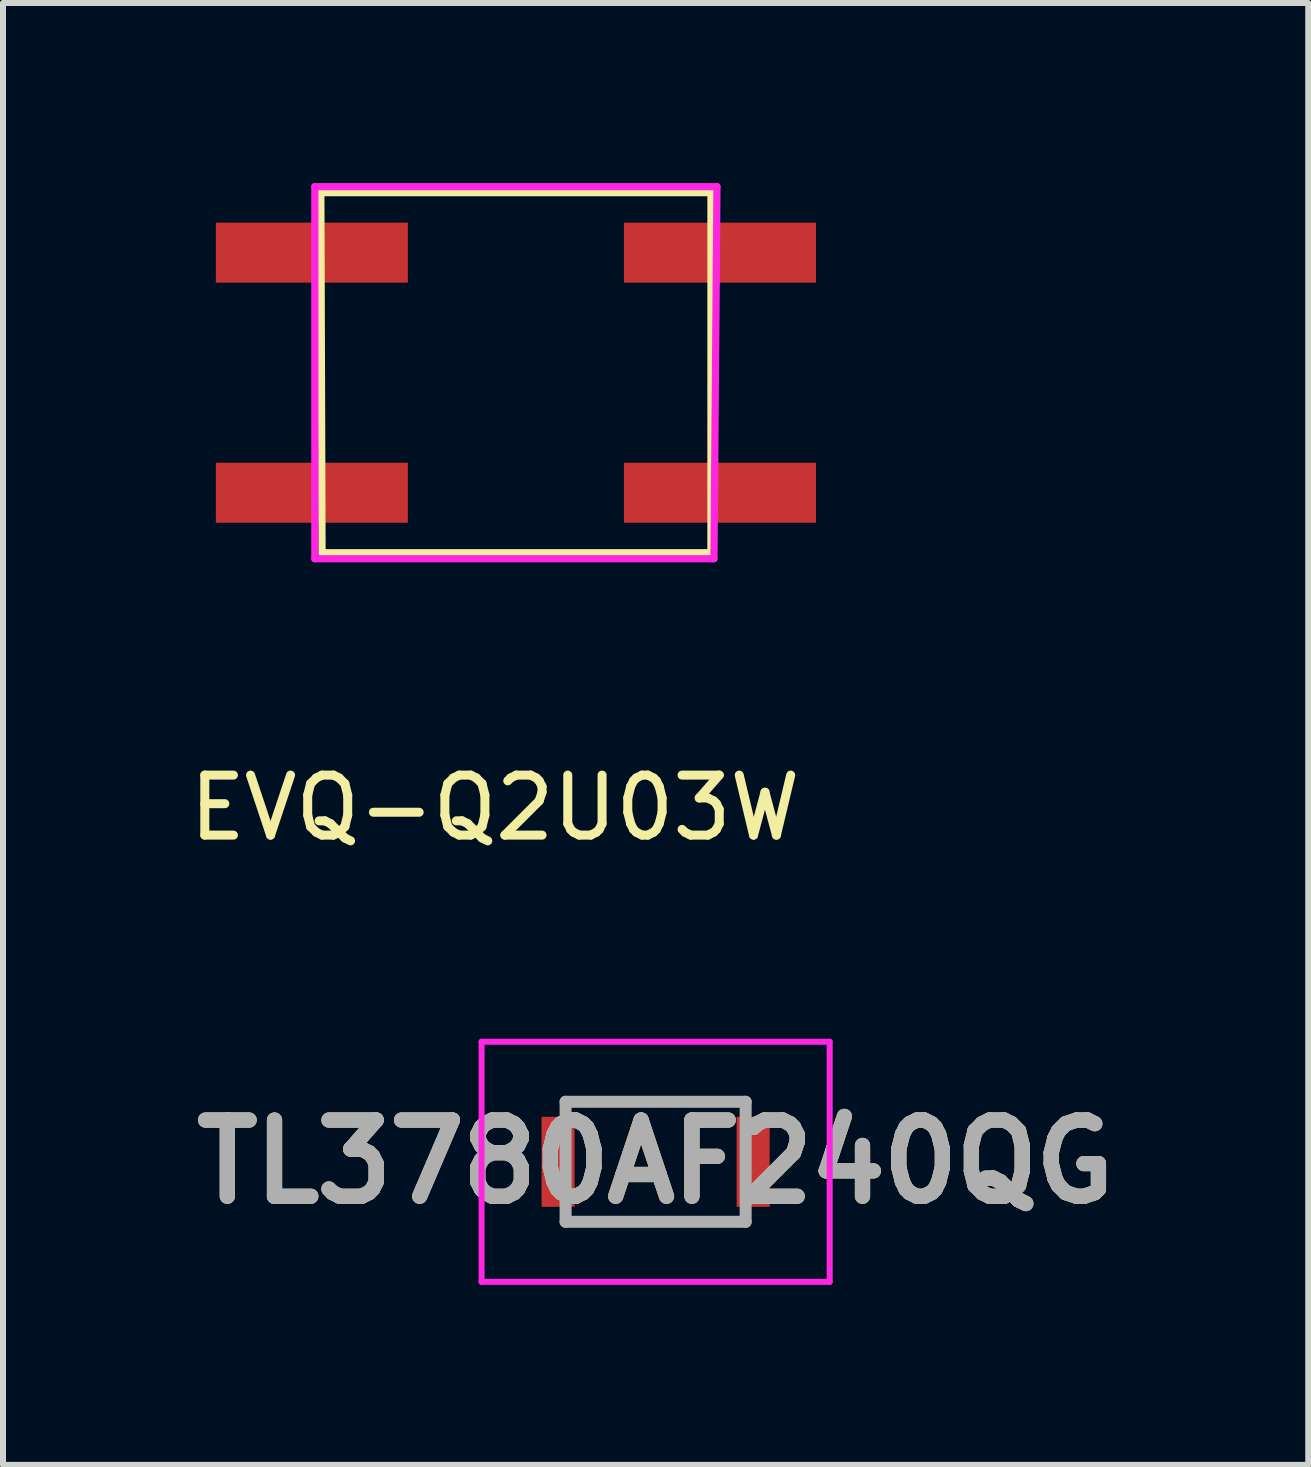
<source format=kicad_pcb>
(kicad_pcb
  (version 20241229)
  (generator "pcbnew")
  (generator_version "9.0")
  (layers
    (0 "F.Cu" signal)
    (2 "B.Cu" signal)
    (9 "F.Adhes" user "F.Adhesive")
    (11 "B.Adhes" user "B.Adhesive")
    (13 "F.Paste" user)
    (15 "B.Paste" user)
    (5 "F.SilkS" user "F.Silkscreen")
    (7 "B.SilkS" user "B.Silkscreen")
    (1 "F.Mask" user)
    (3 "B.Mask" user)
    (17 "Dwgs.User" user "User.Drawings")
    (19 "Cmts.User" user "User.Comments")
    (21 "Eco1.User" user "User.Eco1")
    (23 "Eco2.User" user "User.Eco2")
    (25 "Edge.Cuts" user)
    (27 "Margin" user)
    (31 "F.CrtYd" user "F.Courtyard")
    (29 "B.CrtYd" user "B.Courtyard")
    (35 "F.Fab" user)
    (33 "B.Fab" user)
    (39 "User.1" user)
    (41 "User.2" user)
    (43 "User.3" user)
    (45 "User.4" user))
  (footprint "EVQ-Q2U03W"
    (layer "F.Cu")
    (at 5.546 3.16)
    (property "Reference" "EVQ-Q2U03W" (at -0.35 7.25 0) (layer "F.SilkS") (effects (font (size 1 1) (thickness 0.15))))
    (attr through_hole)
    (fp_line (start -3.25 -3) (end 3.25 -3) (stroke (width 0.12) (type solid)) (layer "F.SilkS"))
    (fp_line (start -3.23 3) (end -3.25 -3) (stroke (width 0.12) (type solid)) (layer "F.SilkS"))
    (fp_line (start 3.25 -3) (end 3.25 3) (stroke (width 0.12) (type solid)) (layer "F.SilkS"))
    (fp_line (start 3.25 3) (end -3.23 3) (stroke (width 0.12) (type solid)) (layer "F.SilkS"))
    (fp_line (start -3.35 -3.1) (end 3.35 -3.1) (stroke (width 0.12) (type solid)) (layer "F.CrtYd"))
    (fp_line (start -3.35 3.1) (end -3.35 -3.1) (stroke (width 0.12) (type solid)) (layer "F.CrtYd"))
    (fp_line (start 3.3 3.1) (end -3.35 3.1) (stroke (width 0.12) (type solid)) (layer "F.CrtYd"))
    (fp_line (start 3.35 -3.1) (end 3.3 3.1) (stroke (width 0.12) (type solid)) (layer "F.CrtYd"))
    (pad "1" smd rect (at -3.4 -2) (size 3.2 1) (layers "F.Cu" "F.Mask" "F.Paste"))
    (pad "1" smd rect (at 3.4 -2) (size 3.2 1) (layers "F.Cu" "F.Mask" "F.Paste"))
    (pad "2" smd rect (at -3.4 2) (size 3.2 1) (layers "F.Cu" "F.Mask" "F.Paste"))
    (pad "2" smd rect (at 3.4 2) (size 3.2 1) (layers "F.Cu" "F.Mask" "F.Paste")))
  (footprint "TL3780AF240QG"
    (layer "F.Cu")
    (at 7.874 16.308)
    (property "Reference" "TL3780AF240QG" (at 0 0 0) (layer "F.SilkS") (effects (font (size 1.27 1.27) (thickness 0.254))))
    (attr smd)
    (fp_line (start -1.5 -1) (end 1.5 -1) (stroke (width 0.1) (type solid)) (layer "F.SilkS"))
    (fp_line (start -1.5 1) (end 1.5 1) (stroke (width 0.1) (type solid)) (layer "F.SilkS"))
    (fp_line (start -2.9 -2) (end 2.9 -2) (stroke (width 0.1) (type solid)) (layer "F.CrtYd"))
    (fp_line (start -2.9 2) (end -2.9 -2) (stroke (width 0.1) (type solid)) (layer "F.CrtYd"))
    (fp_line (start 2.9 -2) (end 2.9 2) (stroke (width 0.1) (type solid)) (layer "F.CrtYd"))
    (fp_line (start 2.9 2) (end -2.9 2) (stroke (width 0.1) (type solid)) (layer "F.CrtYd"))
    (fp_line (start -1.5 -1) (end 1.5 -1) (stroke (width 0.2) (type solid)) (layer "F.Fab"))
    (fp_line (start -1.5 1) (end -1.5 -1) (stroke (width 0.2) (type solid)) (layer "F.Fab"))
    (fp_line (start 1.5 -1) (end 1.5 1) (stroke (width 0.2) (type solid)) (layer "F.Fab"))
    (fp_line (start 1.5 1) (end -1.5 1) (stroke (width 0.2) (type solid)) (layer "F.Fab"))
    (fp_text user "${REFERENCE}" (at 0 0 0) (layer "F.Fab") (effects (font (size 1.27 1.27) (thickness 0.254))))
    (pad "1" smd rect (at -1.625 0) (size 0.55 1.5) (layers "F.Cu" "F.Mask" "F.Paste"))
    (pad "2" smd rect (at 1.625 0) (size 0.55 1.5) (layers "F.Cu" "F.Mask" "F.Paste")))
  (gr_rect
    (start -3 -3)
    (end 18.748 21.358)
    (stroke (width 0.1) (type default))
    (fill no)
    (layer "Edge.Cuts")))
</source>
